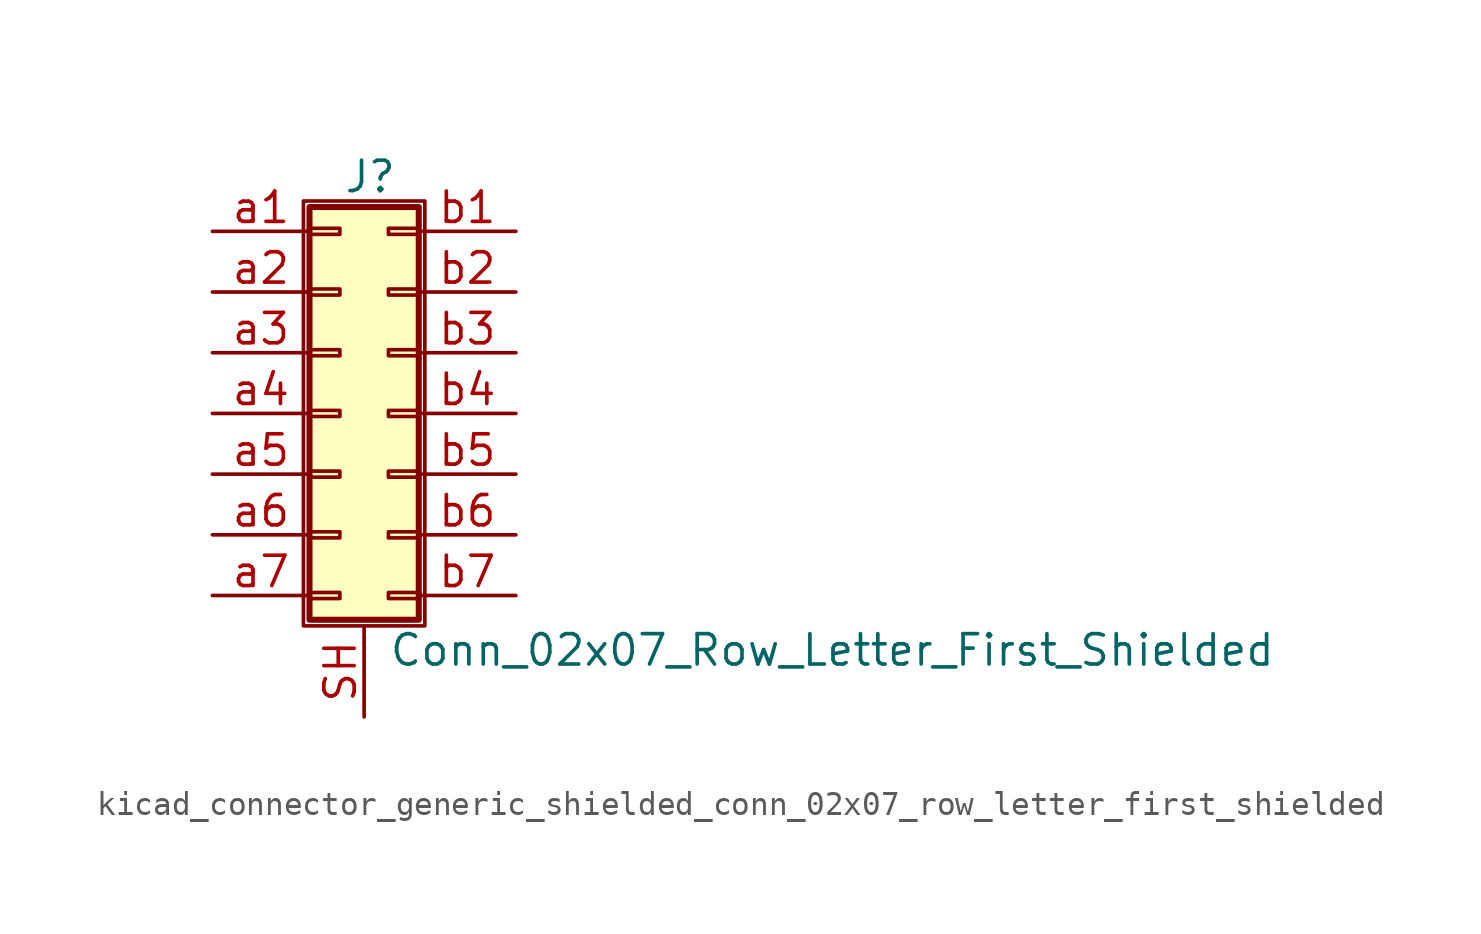
<source format=kicad_sym>
(kicad_symbol_lib
  (version 20220914)
  (generator kicad_symbol_editor)
  (symbol "kicad_connector_generic_shielded_conn_02x07_row_letter_first_shielded"
    (pin_names
      (offset 1.016) hide)
    (property "Reference" "J"
      (at 1.524 9.906 0)
      (effects (font (size 1.27 1.27))))
    (property "Value" "Conn_02x07_Row_Letter_First_Shielded"
      (at 2.286 -9.906 0)
      (effects (font (size 1.27 1.27)) (justify left)))
    (symbol "kicad_connector_generic_shielded_conn_02x07_row_letter_first_shielded_1_1"
      (rectangle (start -1.27 8.89) (end 3.81 -8.89) (stroke (width 0.152) (type default)) (fill (type none)))
      (rectangle (start -1.016 -7.493) (end 0.254 -7.747) (stroke (width 0.152) (type default)) (fill (type none)))
      (rectangle (start -1.016 -4.953) (end 0.254 -5.207) (stroke (width 0.152) (type default)) (fill (type none)))
      (rectangle (start -1.016 -2.413) (end 0.254 -2.667) (stroke (width 0.152) (type default)) (fill (type none)))
      (rectangle (start -1.016 0.127) (end 0.254 -0.127) (stroke (width 0.152) (type default)) (fill (type none)))
      (rectangle (start -1.016 2.667) (end 0.254 2.413) (stroke (width 0.152) (type default)) (fill (type none)))
      (rectangle (start -1.016 5.207) (end 0.254 4.953) (stroke (width 0.152) (type default)) (fill (type none)))
      (rectangle (start -1.016 7.747) (end 0.254 7.493) (stroke (width 0.152) (type default)) (fill (type none)))
      (rectangle (start -1.016 8.636) (end 3.556 -8.636) (stroke (width 0.254) (type default)) (fill (type background)))
      (rectangle (start 3.556 -7.493) (end 2.286 -7.747) (stroke (width 0.152) (type default)) (fill (type none)))
      (rectangle (start 3.556 -4.953) (end 2.286 -5.207) (stroke (width 0.152) (type default)) (fill (type none)))
      (rectangle (start 3.556 -2.413) (end 2.286 -2.667) (stroke (width 0.152) (type default)) (fill (type none)))
      (rectangle (start 3.556 0.127) (end 2.286 -0.127) (stroke (width 0.152) (type default)) (fill (type none)))
      (rectangle (start 3.556 2.667) (end 2.286 2.413) (stroke (width 0.152) (type default)) (fill (type none)))
      (rectangle (start 3.556 5.207) (end 2.286 4.953) (stroke (width 0.152) (type default)) (fill (type none)))
      (rectangle (start 3.556 7.747) (end 2.286 7.493) (stroke (width 0.152) (type default)) (fill (type none)))
      (pin passive line (at 1.27 -12.7 90) (length 3.81) (name "Shield" (effects (font (size 1.27 1.27)))) (number "SH" (effects (font (size 1.27 1.27)))))
      (pin passive line (at -5.08 7.62 0) (length 4.064) (name "Pin_a1" (effects (font (size 1.27 1.27)))) (number "a1" (effects (font (size 1.27 1.27)))))
      (pin passive line (at -5.08 5.08 0) (length 4.064) (name "Pin_a2" (effects (font (size 1.27 1.27)))) (number "a2" (effects (font (size 1.27 1.27)))))
      (pin passive line (at -5.08 2.54 0) (length 4.064) (name "Pin_a3" (effects (font (size 1.27 1.27)))) (number "a3" (effects (font (size 1.27 1.27)))))
      (pin passive line (at -5.08 0 0) (length 4.064) (name "Pin_a4" (effects (font (size 1.27 1.27)))) (number "a4" (effects (font (size 1.27 1.27)))))
      (pin passive line (at -5.08 -2.54 0) (length 4.064) (name "Pin_a5" (effects (font (size 1.27 1.27)))) (number "a5" (effects (font (size 1.27 1.27)))))
      (pin passive line (at -5.08 -5.08 0) (length 4.064) (name "Pin_a6" (effects (font (size 1.27 1.27)))) (number "a6" (effects (font (size 1.27 1.27)))))
      (pin passive line (at -5.08 -7.62 0) (length 4.064) (name "Pin_a7" (effects (font (size 1.27 1.27)))) (number "a7" (effects (font (size 1.27 1.27)))))
      (pin passive line (at 7.62 7.62 180) (length 4.064) (name "Pin_b1" (effects (font (size 1.27 1.27)))) (number "b1" (effects (font (size 1.27 1.27)))))
      (pin passive line (at 7.62 5.08 180) (length 4.064) (name "Pin_b2" (effects (font (size 1.27 1.27)))) (number "b2" (effects (font (size 1.27 1.27)))))
      (pin passive line (at 7.62 2.54 180) (length 4.064) (name "Pin_b3" (effects (font (size 1.27 1.27)))) (number "b3" (effects (font (size 1.27 1.27)))))
      (pin passive line (at 7.62 0 180) (length 4.064) (name "Pin_b4" (effects (font (size 1.27 1.27)))) (number "b4" (effects (font (size 1.27 1.27)))))
      (pin passive line (at 7.62 -2.54 180) (length 4.064) (name "Pin_b5" (effects (font (size 1.27 1.27)))) (number "b5" (effects (font (size 1.27 1.27)))))
      (pin passive line (at 7.62 -5.08 180) (length 4.064) (name "Pin_b6" (effects (font (size 1.27 1.27)))) (number "b6" (effects (font (size 1.27 1.27)))))
      (pin passive line (at 7.62 -7.62 180) (length 4.064) (name "Pin_b7" (effects (font (size 1.27 1.27)))) (number "b7" (effects (font (size 1.27 1.27))))))))
</source>
